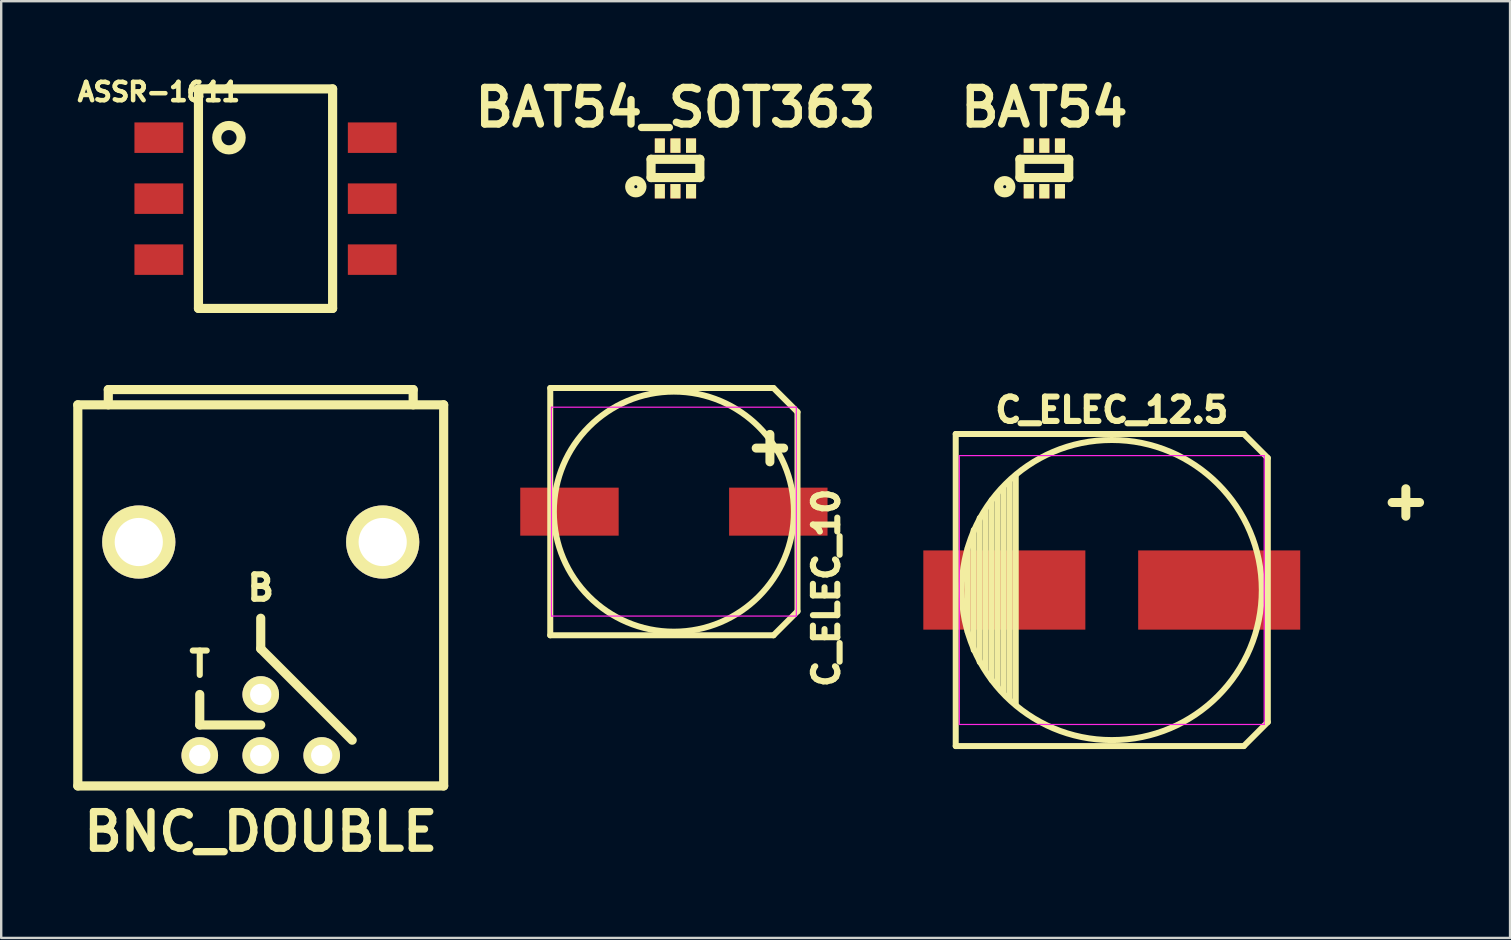
<source format=kicad_pcb>
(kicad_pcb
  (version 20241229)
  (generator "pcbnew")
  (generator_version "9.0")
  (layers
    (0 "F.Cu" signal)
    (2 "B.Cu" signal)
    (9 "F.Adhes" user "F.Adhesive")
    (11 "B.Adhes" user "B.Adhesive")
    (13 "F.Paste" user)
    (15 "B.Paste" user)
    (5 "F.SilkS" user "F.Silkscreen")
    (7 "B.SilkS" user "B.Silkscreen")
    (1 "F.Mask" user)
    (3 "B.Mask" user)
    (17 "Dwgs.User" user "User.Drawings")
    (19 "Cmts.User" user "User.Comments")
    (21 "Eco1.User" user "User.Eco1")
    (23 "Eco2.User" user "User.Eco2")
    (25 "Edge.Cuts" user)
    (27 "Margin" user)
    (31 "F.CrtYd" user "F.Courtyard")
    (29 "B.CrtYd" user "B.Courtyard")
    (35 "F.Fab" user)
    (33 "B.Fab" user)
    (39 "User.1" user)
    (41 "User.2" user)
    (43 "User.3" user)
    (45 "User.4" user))
  (footprint "BAT54"
    (layer "F.Cu")
    (at 40.452 3.966)
    (property "Reference" "BAT54" (at 0 -2.54 0) (layer "F.SilkS") (effects (font (size 1.524 1.524) (thickness 0.305))))
    (attr through_hole)
    (fp_line (start -1.016 -0.381) (end -1.016 0.381) (stroke (width 0.381) (type solid)) (layer "F.SilkS"))
    (fp_line (start -1.016 0.381) (end 1.016 0.381) (stroke (width 0.381) (type solid)) (layer "F.SilkS"))
    (fp_line (start 1.016 -0.381) (end -1.016 -0.381) (stroke (width 0.381) (type solid)) (layer "F.SilkS"))
    (fp_line (start 1.016 0.381) (end 1.016 -0.381) (stroke (width 0.381) (type solid)) (layer "F.SilkS"))
    (fp_circle (center -1.651 0.762) (end -1.651 0.508) (stroke (width 0.381) (type solid)) (fill no) (layer "F.SilkS"))
    (pad "1" smd rect (at -0.65 0.95) (size 0.419 0.599) (layers "F.Cu" "F.Mask" "F.SilkS" "F.Paste"))
    (pad "2" smd rect (at 0 0.95) (size 0.419 0.599) (layers "F.Cu" "F.Mask" "F.SilkS" "F.Paste"))
    (pad "3" smd rect (at 0.65 0.95) (size 0.419 0.599) (layers "F.Cu" "F.Mask" "F.SilkS" "F.Paste"))
    (pad "4" smd rect (at 0.65 -0.95) (size 0.419 0.599) (layers "F.Cu" "F.Mask" "F.SilkS" "F.Paste"))
    (pad "5" smd rect (at 0 -0.95) (size 0.419 0.599) (layers "F.Cu" "F.Mask" "F.SilkS" "F.Paste"))
    (pad "6" smd rect (at -0.65 -0.95) (size 0.419 0.599) (layers "F.Cu" "F.Mask" "F.SilkS" "F.Paste")))
  (footprint "BAT54_SOT363"
    (layer "F.Cu")
    (at 25.086 3.966)
    (property "Reference" "BAT54_SOT363" (at 0 -2.54 0) (layer "F.SilkS") (effects (font (size 1.524 1.524) (thickness 0.305))))
    (attr through_hole)
    (fp_line (start -1.016 -0.381) (end -1.016 0.381) (stroke (width 0.381) (type solid)) (layer "F.SilkS"))
    (fp_line (start -1.016 0.381) (end 1.016 0.381) (stroke (width 0.381) (type solid)) (layer "F.SilkS"))
    (fp_line (start 1.016 -0.381) (end -1.016 -0.381) (stroke (width 0.381) (type solid)) (layer "F.SilkS"))
    (fp_line (start 1.016 0.381) (end 1.016 -0.381) (stroke (width 0.381) (type solid)) (layer "F.SilkS"))
    (fp_circle (center -1.651 0.762) (end -1.651 0.508) (stroke (width 0.381) (type solid)) (fill no) (layer "F.SilkS"))
    (pad "1" smd rect (at -0.65 0.95) (size 0.419 0.599) (layers "F.Cu" "F.Mask" "F.SilkS" "F.Paste"))
    (pad "2" smd rect (at 0 0.95) (size 0.419 0.599) (layers "F.Cu" "F.Mask" "F.SilkS" "F.Paste"))
    (pad "3" smd rect (at 0.65 0.95) (size 0.419 0.599) (layers "F.Cu" "F.Mask" "F.SilkS" "F.Paste"))
    (pad "4" smd rect (at 0.65 -0.95) (size 0.419 0.599) (layers "F.Cu" "F.Mask" "F.SilkS" "F.Paste"))
    (pad "5" smd rect (at 0 -0.95) (size 0.419 0.599) (layers "F.Cu" "F.Mask" "F.SilkS" "F.Paste"))
    (pad "6" smd rect (at -0.65 -0.95) (size 0.419 0.599) (layers "F.Cu" "F.Mask" "F.SilkS" "F.Paste")))
  (footprint "C_ELEC_12.5"
    (layer "F.Cu")
    (at 43.261 21.528)
    (property "Reference" "C_ELEC_12.5" (at 0 -7.5 0) (layer "F.SilkS") (effects (font (size 1.016 1.016) (thickness 0.254))))
    (attr smd)
    (fp_line (start -6.5 -6.5) (end -6.5 6.5) (stroke (width 0.25) (type solid)) (layer "F.SilkS"))
    (fp_line (start -6.5 -6.5) (end 5.5 -6.5) (stroke (width 0.25) (type solid)) (layer "F.SilkS"))
    (fp_line (start -6 -1.75) (end -6 1.75) (stroke (width 0.25) (type solid)) (layer "F.SilkS"))
    (fp_line (start -5.75 -2.5) (end -5.75 2.5) (stroke (width 0.25) (type solid)) (layer "F.SilkS"))
    (fp_line (start -5.5 -3) (end -5.5 3) (stroke (width 0.25) (type solid)) (layer "F.SilkS"))
    (fp_line (start -5.25 -3.3) (end -5.25 3.3) (stroke (width 0.25) (type solid)) (layer "F.SilkS"))
    (fp_line (start -5 -3.75) (end -5 3.75) (stroke (width 0.25) (type solid)) (layer "F.SilkS"))
    (fp_line (start -4.75 -4) (end -4.75 4) (stroke (width 0.25) (type solid)) (layer "F.SilkS"))
    (fp_line (start -4.5 -4.25) (end -4.5 4.25) (stroke (width 0.25) (type solid)) (layer "F.SilkS"))
    (fp_line (start -4.25 -4.5) (end -4.25 4.5) (stroke (width 0.25) (type solid)) (layer "F.SilkS"))
    (fp_line (start -4 -4.75) (end -4 4.75) (stroke (width 0.25) (type solid)) (layer "F.SilkS"))
    (fp_line (start 5.5 -6.5) (end 6.5 -5.5) (stroke (width 0.25) (type solid)) (layer "F.SilkS"))
    (fp_line (start 5.5 6.5) (end -6.5 6.5) (stroke (width 0.25) (type solid)) (layer "F.SilkS"))
    (fp_line (start 6.5 -5.5) (end 6.5 5.5) (stroke (width 0.25) (type solid)) (layer "F.SilkS"))
    (fp_line (start 6.5 5.5) (end 5.5 6.5) (stroke (width 0.25) (type solid)) (layer "F.SilkS"))
    (fp_circle (center 0 0) (end 6.25 0) (stroke (width 0.25) (type solid)) (fill no) (layer "F.SilkS"))
    (fp_line (start -6.35 -5.6) (end 6.35 -5.6) (stroke (width 0.05) (type solid)) (layer "F.CrtYd"))
    (fp_line (start -6.35 5.6) (end -6.35 -5.6) (stroke (width 0.05) (type solid)) (layer "F.CrtYd"))
    (fp_line (start 6.35 -5.6) (end 6.35 5.6) (stroke (width 0.05) (type solid)) (layer "F.CrtYd"))
    (fp_line (start 6.35 5.6) (end -6.35 5.6) (stroke (width 0.05) (type solid)) (layer "F.CrtYd"))
    (fp_text user "+" (at 12.25 -3.75 0) (layer "F.SilkS") (effects (font (size 1.5 1.5) (thickness 0.375))))
    (pad "1" smd rect (at 4.475 0) (size 6.75 3.3) (layers "F.Cu" "F.Mask" "F.Paste"))
    (pad "2" smd rect (at -4.475 0) (size 6.75 3.3) (layers "F.Cu" "F.Mask" "F.Paste")))
  (footprint "C_ELEC_10"
    (layer "F.Cu")
    (at 25.021 18.263)
    (property "Reference" "C_ELEC_10" (at 6.35 3.175 90) (layer "F.SilkS") (effects (font (size 1.016 1.016) (thickness 0.254))))
    (attr smd)
    (fp_line (start -5.15 -5.15) (end -5.15 5.15) (stroke (width 0.25) (type solid)) (layer "F.SilkS"))
    (fp_line (start -5.15 -5.15) (end 4.15 -5.15) (stroke (width 0.25) (type solid)) (layer "F.SilkS"))
    (fp_line (start 4.15 -5.15) (end 5.15 -4.15) (stroke (width 0.25) (type solid)) (layer "F.SilkS"))
    (fp_line (start 4.15 5.15) (end -5.15 5.15) (stroke (width 0.25) (type solid)) (layer "F.SilkS"))
    (fp_line (start 5.15 -4.15) (end 5.15 4.15) (stroke (width 0.25) (type solid)) (layer "F.SilkS"))
    (fp_line (start 5.15 4.15) (end 4.15 5.15) (stroke (width 0.25) (type solid)) (layer "F.SilkS"))
    (fp_circle (center 0 0) (end 5 0) (stroke (width 0.25) (type solid)) (fill no) (layer "F.SilkS"))
    (fp_line (start -5.1 -4.35) (end 5.1 -4.35) (stroke (width 0.05) (type solid)) (layer "F.CrtYd"))
    (fp_line (start -5.1 4.35) (end -5.1 -4.35) (stroke (width 0.05) (type solid)) (layer "F.CrtYd"))
    (fp_line (start 5.1 -4.35) (end 5.1 4.35) (stroke (width 0.05) (type solid)) (layer "F.CrtYd"))
    (fp_line (start 5.1 4.35) (end -5.1 4.35) (stroke (width 0.05) (type solid)) (layer "F.CrtYd"))
    (fp_text user "+" (at 4 -2.75 0) (layer "F.SilkS") (effects (font (size 1.5 1.5) (thickness 0.375))))
    (pad "1" smd rect (at 4.35 0) (size 4.1 2) (layers "F.Cu" "F.Mask" "F.Paste"))
    (pad "2" smd rect (at -4.35 0) (size 4.1 2) (layers "F.Cu" "F.Mask" "F.Paste")))
  (footprint "ASSR-1611"
    (layer "F.Cu")
    (at 8.011 5.225)
    (property "Reference" "ASSR-1611" (at -4.445 -4.445 0) (layer "F.SilkS") (effects (font (size 0.762 0.762) (thickness 0.191))))
    (attr through_hole)
    (fp_line (start -2.794 -4.572) (end -2.794 4.572) (stroke (width 0.381) (type solid)) (layer "F.SilkS"))
    (fp_line (start -2.794 4.572) (end 2.794 4.572) (stroke (width 0.381) (type solid)) (layer "F.SilkS"))
    (fp_line (start 2.794 -4.572) (end -2.794 -4.572) (stroke (width 0.381) (type solid)) (layer "F.SilkS"))
    (fp_line (start 2.794 4.572) (end 2.794 -4.572) (stroke (width 0.381) (type solid)) (layer "F.SilkS"))
    (fp_circle (center -1.524 -2.54) (end -1.524 -3.048) (stroke (width 0.381) (type solid)) (fill no) (layer "F.SilkS"))
    (pad "1" smd rect (at -4.445 -2.54) (size 2.032 1.27) (layers "F.Cu" "F.Mask" "F.Paste"))
    (pad "2" smd rect (at -4.445 0) (size 2.032 1.27) (layers "F.Cu" "F.Mask" "F.Paste"))
    (pad "3" smd rect (at -4.445 2.54) (size 2.032 1.27) (layers "F.Cu" "F.Mask" "F.Paste"))
    (pad "4" smd rect (at 4.445 2.54) (size 2.032 1.27) (layers "F.Cu" "F.Mask" "F.Paste"))
    (pad "5" smd rect (at 4.445 0) (size 2.032 1.27) (layers "F.Cu" "F.Mask" "F.Paste"))
    (pad "6" smd rect (at 4.445 -2.54) (size 2.032 1.27) (layers "F.Cu" "F.Mask" "F.Paste")))
  (footprint "BNC_DOUBLE"
    (layer "F.Cu")
    (at 7.811 19.528)
    (property "Reference" "BNC_DOUBLE" (at 0 12.065 0) (layer "F.SilkS") (effects (font (size 1.524 1.524) (thickness 0.305))))
    (attr through_hole)
    (fp_line (start -7.62 -5.715) (end -7.62 10.16) (stroke (width 0.381) (type solid)) (layer "F.SilkS"))
    (fp_line (start -7.62 10.16) (end 7.62 10.16) (stroke (width 0.381) (type solid)) (layer "F.SilkS"))
    (fp_line (start -6.35 -6.35) (end 6.35 -6.35) (stroke (width 0.381) (type solid)) (layer "F.SilkS"))
    (fp_line (start -6.35 -5.715) (end -6.35 -6.35) (stroke (width 0.381) (type solid)) (layer "F.SilkS"))
    (fp_line (start -2.54 7.62) (end -2.54 6.35) (stroke (width 0.381) (type solid)) (layer "F.SilkS"))
    (fp_line (start 0 4.445) (end 0 3.175) (stroke (width 0.381) (type solid)) (layer "F.SilkS"))
    (fp_line (start 0 7.62) (end -2.54 7.62) (stroke (width 0.381) (type solid)) (layer "F.SilkS"))
    (fp_line (start 3.81 8.255) (end 0 4.445) (stroke (width 0.381) (type solid)) (layer "F.SilkS"))
    (fp_line (start 6.35 -6.35) (end 6.35 -5.715) (stroke (width 0.381) (type solid)) (layer "F.SilkS"))
    (fp_line (start 7.62 -5.715) (end -7.62 -5.715) (stroke (width 0.381) (type solid)) (layer "F.SilkS"))
    (fp_line (start 7.62 10.16) (end 7.62 -5.715) (stroke (width 0.381) (type solid)) (layer "F.SilkS"))
    (fp_text user "B" (at 0 1.905 0) (layer "F.SilkS") (effects (font (size 1.016 1.016) (thickness 0.254))))
    (fp_text user "T" (at -2.54 5.08 0) (layer "F.SilkS") (effects (font (size 1.016 1.016) (thickness 0.254))))
    (pad "" thru_hole circle (at -5.08 0) (size 3.048 3.048) (drill 2.007) (layers "*.Cu" "*.Mask" "F.SilkS"))
    (pad "" thru_hole circle (at 5.08 0) (size 3.048 3.048) (drill 2.007) (layers "*.Cu" "*.Mask" "F.SilkS"))
    (pad "1" thru_hole circle (at 0 6.35) (size 1.524 1.524) (drill 0.889) (layers "*.Cu" "*.Mask" "F.SilkS"))
    (pad "2" thru_hole circle (at 2.54 8.89) (size 1.524 1.524) (drill 0.889) (layers "*.Cu" "*.Mask" "F.SilkS"))
    (pad "3" thru_hole circle (at 0 8.89) (size 1.524 1.524) (drill 0.889) (layers "*.Cu" "*.Mask" "F.SilkS"))
    (pad "4" thru_hole circle (at -2.54 8.89) (size 1.524 1.524) (drill 0.889) (layers "*.Cu" "*.Mask" "F.SilkS")))
  (gr_rect
    (start -3 -3)
    (end 59.852 36.02)
    (stroke (width 0.1) (type default))
    (fill no)
    (layer "Edge.Cuts")))
</source>
